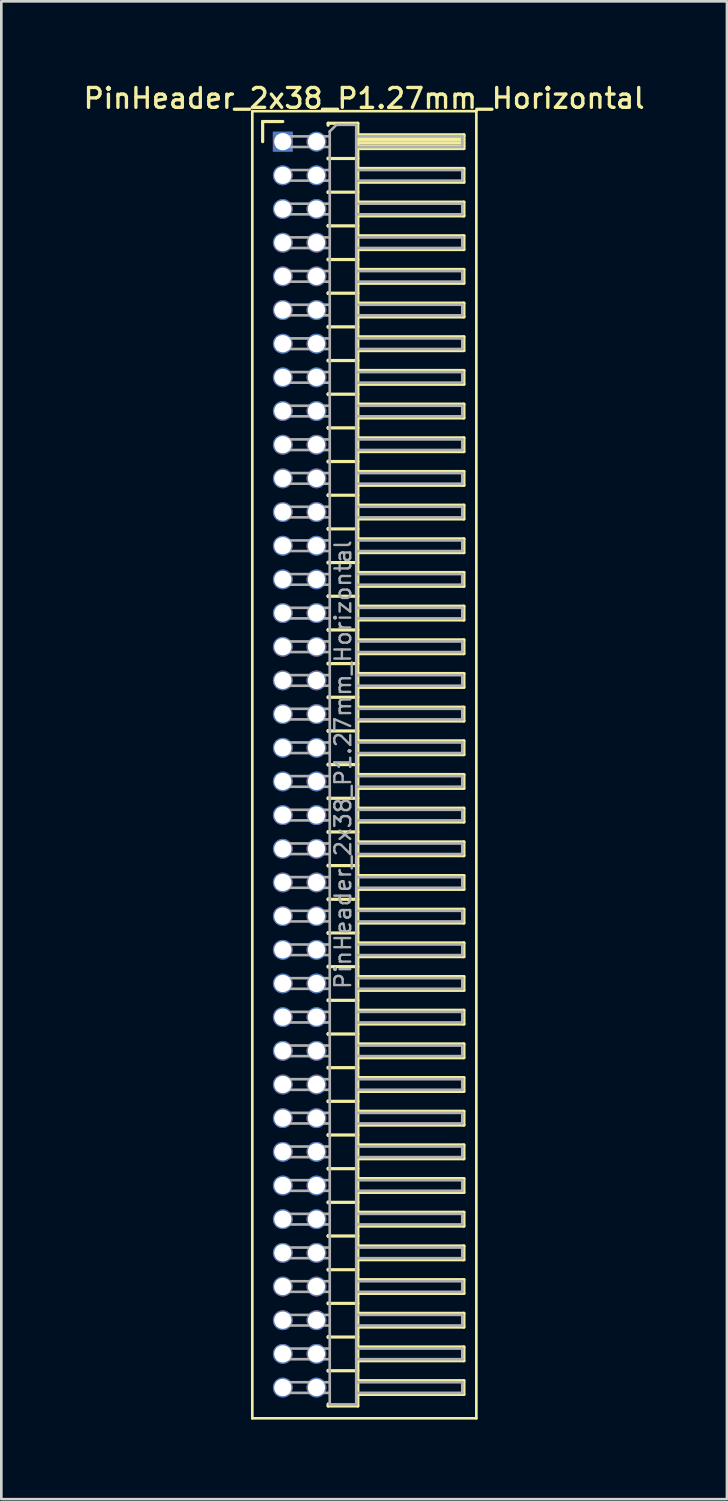
<source format=kicad_pcb>
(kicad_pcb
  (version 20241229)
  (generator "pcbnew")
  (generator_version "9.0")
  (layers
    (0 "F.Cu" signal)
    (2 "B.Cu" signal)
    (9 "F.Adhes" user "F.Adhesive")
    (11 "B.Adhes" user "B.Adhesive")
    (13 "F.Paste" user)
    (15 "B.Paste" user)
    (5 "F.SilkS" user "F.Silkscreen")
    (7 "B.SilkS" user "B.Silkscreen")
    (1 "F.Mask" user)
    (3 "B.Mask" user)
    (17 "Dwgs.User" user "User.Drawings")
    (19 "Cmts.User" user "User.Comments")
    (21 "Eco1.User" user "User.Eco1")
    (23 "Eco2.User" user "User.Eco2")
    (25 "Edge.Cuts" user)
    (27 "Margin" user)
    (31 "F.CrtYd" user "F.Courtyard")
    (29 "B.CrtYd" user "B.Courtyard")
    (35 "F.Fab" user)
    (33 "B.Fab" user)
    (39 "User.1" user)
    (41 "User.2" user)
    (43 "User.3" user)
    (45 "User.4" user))
  (footprint "PinHeader_2x38_P1.27mm_Horizontal"
    (layer "F.Cu")
    (at 7.616 2.293)
    (property "Reference" "PinHeader_2x38_P1.27mm_Horizontal" (at 3.067 -1.635 0) (layer "F.SilkS") (effects (font (size 0.75 0.75) (thickness 0.125))))
    (attr through_hole)
    (fp_line (start -1.15 -1.15) (end -1.15 48.15) (stroke (width 0.1) (type solid)) (layer "F.SilkS"))
    (fp_line (start -1.15 48.15) (end 7.3 48.15) (stroke (width 0.1) (type solid)) (layer "F.SilkS"))
    (fp_line (start -0.76 -0.76) (end 0 -0.76) (stroke (width 0.12) (type solid)) (layer "F.SilkS"))
    (fp_line (start -0.76 0) (end -0.76 -0.76) (stroke (width 0.12) (type solid)) (layer "F.SilkS"))
    (fp_line (start 1.71 -0.695) (end 2.83 -0.695) (stroke (width 0.12) (type solid)) (layer "F.SilkS"))
    (fp_line (start 1.71 -0.62) (end 1.71 -0.695) (stroke (width 0.12) (type solid)) (layer "F.SilkS"))
    (fp_line (start 1.71 0.62) (end 1.71 0.65) (stroke (width 0.12) (type solid)) (layer "F.SilkS"))
    (fp_line (start 1.71 0.635) (end 2.83 0.635) (stroke (width 0.12) (type solid)) (layer "F.SilkS"))
    (fp_line (start 1.71 1.89) (end 1.71 1.92) (stroke (width 0.12) (type solid)) (layer "F.SilkS"))
    (fp_line (start 1.71 1.905) (end 2.83 1.905) (stroke (width 0.12) (type solid)) (layer "F.SilkS"))
    (fp_line (start 1.71 3.16) (end 1.71 3.19) (stroke (width 0.12) (type solid)) (layer "F.SilkS"))
    (fp_line (start 1.71 3.175) (end 2.83 3.175) (stroke (width 0.12) (type solid)) (layer "F.SilkS"))
    (fp_line (start 1.71 4.43) (end 1.71 4.46) (stroke (width 0.12) (type solid)) (layer "F.SilkS"))
    (fp_line (start 1.71 4.445) (end 2.83 4.445) (stroke (width 0.12) (type solid)) (layer "F.SilkS"))
    (fp_line (start 1.71 5.7) (end 1.71 5.73) (stroke (width 0.12) (type solid)) (layer "F.SilkS"))
    (fp_line (start 1.71 5.715) (end 2.83 5.715) (stroke (width 0.12) (type solid)) (layer "F.SilkS"))
    (fp_line (start 1.71 6.97) (end 1.71 7) (stroke (width 0.12) (type solid)) (layer "F.SilkS"))
    (fp_line (start 1.71 6.985) (end 2.83 6.985) (stroke (width 0.12) (type solid)) (layer "F.SilkS"))
    (fp_line (start 1.71 8.24) (end 1.71 8.27) (stroke (width 0.12) (type solid)) (layer "F.SilkS"))
    (fp_line (start 1.71 8.255) (end 2.83 8.255) (stroke (width 0.12) (type solid)) (layer "F.SilkS"))
    (fp_line (start 1.71 9.51) (end 1.71 9.54) (stroke (width 0.12) (type solid)) (layer "F.SilkS"))
    (fp_line (start 1.71 9.525) (end 2.83 9.525) (stroke (width 0.12) (type solid)) (layer "F.SilkS"))
    (fp_line (start 1.71 10.78) (end 1.71 10.81) (stroke (width 0.12) (type solid)) (layer "F.SilkS"))
    (fp_line (start 1.71 10.795) (end 2.83 10.795) (stroke (width 0.12) (type solid)) (layer "F.SilkS"))
    (fp_line (start 1.71 12.05) (end 1.71 12.08) (stroke (width 0.12) (type solid)) (layer "F.SilkS"))
    (fp_line (start 1.71 12.065) (end 2.83 12.065) (stroke (width 0.12) (type solid)) (layer "F.SilkS"))
    (fp_line (start 1.71 13.32) (end 1.71 13.35) (stroke (width 0.12) (type solid)) (layer "F.SilkS"))
    (fp_line (start 1.71 13.335) (end 2.83 13.335) (stroke (width 0.12) (type solid)) (layer "F.SilkS"))
    (fp_line (start 1.71 14.59) (end 1.71 14.62) (stroke (width 0.12) (type solid)) (layer "F.SilkS"))
    (fp_line (start 1.71 14.605) (end 2.83 14.605) (stroke (width 0.12) (type solid)) (layer "F.SilkS"))
    (fp_line (start 1.71 15.86) (end 1.71 15.89) (stroke (width 0.12) (type solid)) (layer "F.SilkS"))
    (fp_line (start 1.71 15.875) (end 2.83 15.875) (stroke (width 0.12) (type solid)) (layer "F.SilkS"))
    (fp_line (start 1.71 17.13) (end 1.71 17.16) (stroke (width 0.12) (type solid)) (layer "F.SilkS"))
    (fp_line (start 1.71 17.145) (end 2.83 17.145) (stroke (width 0.12) (type solid)) (layer "F.SilkS"))
    (fp_line (start 1.71 18.4) (end 1.71 18.43) (stroke (width 0.12) (type solid)) (layer "F.SilkS"))
    (fp_line (start 1.71 18.415) (end 2.83 18.415) (stroke (width 0.12) (type solid)) (layer "F.SilkS"))
    (fp_line (start 1.71 19.67) (end 1.71 19.7) (stroke (width 0.12) (type solid)) (layer "F.SilkS"))
    (fp_line (start 1.71 19.685) (end 2.83 19.685) (stroke (width 0.12) (type solid)) (layer "F.SilkS"))
    (fp_line (start 1.71 20.94) (end 1.71 20.97) (stroke (width 0.12) (type solid)) (layer "F.SilkS"))
    (fp_line (start 1.71 20.955) (end 2.83 20.955) (stroke (width 0.12) (type solid)) (layer "F.SilkS"))
    (fp_line (start 1.71 22.21) (end 1.71 22.24) (stroke (width 0.12) (type solid)) (layer "F.SilkS"))
    (fp_line (start 1.71 22.225) (end 2.83 22.225) (stroke (width 0.12) (type solid)) (layer "F.SilkS"))
    (fp_line (start 1.71 23.48) (end 1.71 23.51) (stroke (width 0.12) (type solid)) (layer "F.SilkS"))
    (fp_line (start 1.71 23.495) (end 2.83 23.495) (stroke (width 0.12) (type solid)) (layer "F.SilkS"))
    (fp_line (start 1.71 24.75) (end 1.71 24.78) (stroke (width 0.12) (type solid)) (layer "F.SilkS"))
    (fp_line (start 1.71 24.765) (end 2.83 24.765) (stroke (width 0.12) (type solid)) (layer "F.SilkS"))
    (fp_line (start 1.71 26.02) (end 1.71 26.05) (stroke (width 0.12) (type solid)) (layer "F.SilkS"))
    (fp_line (start 1.71 26.035) (end 2.83 26.035) (stroke (width 0.12) (type solid)) (layer "F.SilkS"))
    (fp_line (start 1.71 27.29) (end 1.71 27.32) (stroke (width 0.12) (type solid)) (layer "F.SilkS"))
    (fp_line (start 1.71 27.305) (end 2.83 27.305) (stroke (width 0.12) (type solid)) (layer "F.SilkS"))
    (fp_line (start 1.71 28.56) (end 1.71 28.59) (stroke (width 0.12) (type solid)) (layer "F.SilkS"))
    (fp_line (start 1.71 28.575) (end 2.83 28.575) (stroke (width 0.12) (type solid)) (layer "F.SilkS"))
    (fp_line (start 1.71 29.83) (end 1.71 29.86) (stroke (width 0.12) (type solid)) (layer "F.SilkS"))
    (fp_line (start 1.71 29.845) (end 2.83 29.845) (stroke (width 0.12) (type solid)) (layer "F.SilkS"))
    (fp_line (start 1.71 31.1) (end 1.71 31.13) (stroke (width 0.12) (type solid)) (layer "F.SilkS"))
    (fp_line (start 1.71 31.115) (end 2.83 31.115) (stroke (width 0.12) (type solid)) (layer "F.SilkS"))
    (fp_line (start 1.71 32.37) (end 1.71 32.4) (stroke (width 0.12) (type solid)) (layer "F.SilkS"))
    (fp_line (start 1.71 32.385) (end 2.83 32.385) (stroke (width 0.12) (type solid)) (layer "F.SilkS"))
    (fp_line (start 1.71 33.64) (end 1.71 33.67) (stroke (width 0.12) (type solid)) (layer "F.SilkS"))
    (fp_line (start 1.71 33.655) (end 2.83 33.655) (stroke (width 0.12) (type solid)) (layer "F.SilkS"))
    (fp_line (start 1.71 34.91) (end 1.71 34.94) (stroke (width 0.12) (type solid)) (layer "F.SilkS"))
    (fp_line (start 1.71 34.925) (end 2.83 34.925) (stroke (width 0.12) (type solid)) (layer "F.SilkS"))
    (fp_line (start 1.71 36.18) (end 1.71 36.21) (stroke (width 0.12) (type solid)) (layer "F.SilkS"))
    (fp_line (start 1.71 36.195) (end 2.83 36.195) (stroke (width 0.12) (type solid)) (layer "F.SilkS"))
    (fp_line (start 1.71 37.45) (end 1.71 37.48) (stroke (width 0.12) (type solid)) (layer "F.SilkS"))
    (fp_line (start 1.71 37.465) (end 2.83 37.465) (stroke (width 0.12) (type solid)) (layer "F.SilkS"))
    (fp_line (start 1.71 38.72) (end 1.71 38.75) (stroke (width 0.12) (type solid)) (layer "F.SilkS"))
    (fp_line (start 1.71 38.735) (end 2.83 38.735) (stroke (width 0.12) (type solid)) (layer "F.SilkS"))
    (fp_line (start 1.71 39.99) (end 1.71 40.02) (stroke (width 0.12) (type solid)) (layer "F.SilkS"))
    (fp_line (start 1.71 40.005) (end 2.83 40.005) (stroke (width 0.12) (type solid)) (layer "F.SilkS"))
    (fp_line (start 1.71 41.26) (end 1.71 41.29) (stroke (width 0.12) (type solid)) (layer "F.SilkS"))
    (fp_line (start 1.71 41.275) (end 2.83 41.275) (stroke (width 0.12) (type solid)) (layer "F.SilkS"))
    (fp_line (start 1.71 42.53) (end 1.71 42.56) (stroke (width 0.12) (type solid)) (layer "F.SilkS"))
    (fp_line (start 1.71 42.545) (end 2.83 42.545) (stroke (width 0.12) (type solid)) (layer "F.SilkS"))
    (fp_line (start 1.71 43.8) (end 1.71 43.83) (stroke (width 0.12) (type solid)) (layer "F.SilkS"))
    (fp_line (start 1.71 43.815) (end 2.83 43.815) (stroke (width 0.12) (type solid)) (layer "F.SilkS"))
    (fp_line (start 1.71 45.07) (end 1.71 45.1) (stroke (width 0.12) (type solid)) (layer "F.SilkS"))
    (fp_line (start 1.71 45.085) (end 2.83 45.085) (stroke (width 0.12) (type solid)) (layer "F.SilkS"))
    (fp_line (start 1.71 46.34) (end 1.71 46.37) (stroke (width 0.12) (type solid)) (layer "F.SilkS"))
    (fp_line (start 1.71 46.355) (end 2.83 46.355) (stroke (width 0.12) (type solid)) (layer "F.SilkS"))
    (fp_line (start 1.71 47.685) (end 1.71 47.61) (stroke (width 0.12) (type solid)) (layer "F.SilkS"))
    (fp_line (start 2.83 -0.695) (end 2.83 47.685) (stroke (width 0.12) (type solid)) (layer "F.SilkS"))
    (fp_line (start 2.83 -0.26) (end 6.83 -0.26) (stroke (width 0.12) (type solid)) (layer "F.SilkS"))
    (fp_line (start 2.83 -0.2) (end 6.83 -0.2) (stroke (width 0.12) (type solid)) (layer "F.SilkS"))
    (fp_line (start 2.83 -0.08) (end 6.83 -0.08) (stroke (width 0.12) (type solid)) (layer "F.SilkS"))
    (fp_line (start 2.83 0.04) (end 6.83 0.04) (stroke (width 0.12) (type solid)) (layer "F.SilkS"))
    (fp_line (start 2.83 0.16) (end 6.83 0.16) (stroke (width 0.12) (type solid)) (layer "F.SilkS"))
    (fp_line (start 2.83 1.01) (end 6.83 1.01) (stroke (width 0.12) (type solid)) (layer "F.SilkS"))
    (fp_line (start 2.83 2.28) (end 6.83 2.28) (stroke (width 0.12) (type solid)) (layer "F.SilkS"))
    (fp_line (start 2.83 3.55) (end 6.83 3.55) (stroke (width 0.12) (type solid)) (layer "F.SilkS"))
    (fp_line (start 2.83 4.82) (end 6.83 4.82) (stroke (width 0.12) (type solid)) (layer "F.SilkS"))
    (fp_line (start 2.83 6.09) (end 6.83 6.09) (stroke (width 0.12) (type solid)) (layer "F.SilkS"))
    (fp_line (start 2.83 7.36) (end 6.83 7.36) (stroke (width 0.12) (type solid)) (layer "F.SilkS"))
    (fp_line (start 2.83 8.63) (end 6.83 8.63) (stroke (width 0.12) (type solid)) (layer "F.SilkS"))
    (fp_line (start 2.83 9.9) (end 6.83 9.9) (stroke (width 0.12) (type solid)) (layer "F.SilkS"))
    (fp_line (start 2.83 11.17) (end 6.83 11.17) (stroke (width 0.12) (type solid)) (layer "F.SilkS"))
    (fp_line (start 2.83 12.44) (end 6.83 12.44) (stroke (width 0.12) (type solid)) (layer "F.SilkS"))
    (fp_line (start 2.83 13.71) (end 6.83 13.71) (stroke (width 0.12) (type solid)) (layer "F.SilkS"))
    (fp_line (start 2.83 14.98) (end 6.83 14.98) (stroke (width 0.12) (type solid)) (layer "F.SilkS"))
    (fp_line (start 2.83 16.25) (end 6.83 16.25) (stroke (width 0.12) (type solid)) (layer "F.SilkS"))
    (fp_line (start 2.83 17.52) (end 6.83 17.52) (stroke (width 0.12) (type solid)) (layer "F.SilkS"))
    (fp_line (start 2.83 18.79) (end 6.83 18.79) (stroke (width 0.12) (type solid)) (layer "F.SilkS"))
    (fp_line (start 2.83 20.06) (end 6.83 20.06) (stroke (width 0.12) (type solid)) (layer "F.SilkS"))
    (fp_line (start 2.83 21.33) (end 6.83 21.33) (stroke (width 0.12) (type solid)) (layer "F.SilkS"))
    (fp_line (start 2.83 22.6) (end 6.83 22.6) (stroke (width 0.12) (type solid)) (layer "F.SilkS"))
    (fp_line (start 2.83 23.87) (end 6.83 23.87) (stroke (width 0.12) (type solid)) (layer "F.SilkS"))
    (fp_line (start 2.83 25.14) (end 6.83 25.14) (stroke (width 0.12) (type solid)) (layer "F.SilkS"))
    (fp_line (start 2.83 26.41) (end 6.83 26.41) (stroke (width 0.12) (type solid)) (layer "F.SilkS"))
    (fp_line (start 2.83 27.68) (end 6.83 27.68) (stroke (width 0.12) (type solid)) (layer "F.SilkS"))
    (fp_line (start 2.83 28.95) (end 6.83 28.95) (stroke (width 0.12) (type solid)) (layer "F.SilkS"))
    (fp_line (start 2.83 30.22) (end 6.83 30.22) (stroke (width 0.12) (type solid)) (layer "F.SilkS"))
    (fp_line (start 2.83 31.49) (end 6.83 31.49) (stroke (width 0.12) (type solid)) (layer "F.SilkS"))
    (fp_line (start 2.83 32.76) (end 6.83 32.76) (stroke (width 0.12) (type solid)) (layer "F.SilkS"))
    (fp_line (start 2.83 34.03) (end 6.83 34.03) (stroke (width 0.12) (type solid)) (layer "F.SilkS"))
    (fp_line (start 2.83 35.3) (end 6.83 35.3) (stroke (width 0.12) (type solid)) (layer "F.SilkS"))
    (fp_line (start 2.83 36.57) (end 6.83 36.57) (stroke (width 0.12) (type solid)) (layer "F.SilkS"))
    (fp_line (start 2.83 37.84) (end 6.83 37.84) (stroke (width 0.12) (type solid)) (layer "F.SilkS"))
    (fp_line (start 2.83 39.11) (end 6.83 39.11) (stroke (width 0.12) (type solid)) (layer "F.SilkS"))
    (fp_line (start 2.83 40.38) (end 6.83 40.38) (stroke (width 0.12) (type solid)) (layer "F.SilkS"))
    (fp_line (start 2.83 41.65) (end 6.83 41.65) (stroke (width 0.12) (type solid)) (layer "F.SilkS"))
    (fp_line (start 2.83 42.92) (end 6.83 42.92) (stroke (width 0.12) (type solid)) (layer "F.SilkS"))
    (fp_line (start 2.83 44.19) (end 6.83 44.19) (stroke (width 0.12) (type solid)) (layer "F.SilkS"))
    (fp_line (start 2.83 45.46) (end 6.83 45.46) (stroke (width 0.12) (type solid)) (layer "F.SilkS"))
    (fp_line (start 2.83 46.73) (end 6.83 46.73) (stroke (width 0.12) (type solid)) (layer "F.SilkS"))
    (fp_line (start 2.83 47.685) (end 1.71 47.685) (stroke (width 0.12) (type solid)) (layer "F.SilkS"))
    (fp_line (start 6.83 -0.26) (end 6.83 0.26) (stroke (width 0.12) (type solid)) (layer "F.SilkS"))
    (fp_line (start 6.83 0.26) (end 2.83 0.26) (stroke (width 0.12) (type solid)) (layer "F.SilkS"))
    (fp_line (start 6.83 1.01) (end 6.83 1.53) (stroke (width 0.12) (type solid)) (layer "F.SilkS"))
    (fp_line (start 6.83 1.53) (end 2.83 1.53) (stroke (width 0.12) (type solid)) (layer "F.SilkS"))
    (fp_line (start 6.83 2.28) (end 6.83 2.8) (stroke (width 0.12) (type solid)) (layer "F.SilkS"))
    (fp_line (start 6.83 2.8) (end 2.83 2.8) (stroke (width 0.12) (type solid)) (layer "F.SilkS"))
    (fp_line (start 6.83 3.55) (end 6.83 4.07) (stroke (width 0.12) (type solid)) (layer "F.SilkS"))
    (fp_line (start 6.83 4.07) (end 2.83 4.07) (stroke (width 0.12) (type solid)) (layer "F.SilkS"))
    (fp_line (start 6.83 4.82) (end 6.83 5.34) (stroke (width 0.12) (type solid)) (layer "F.SilkS"))
    (fp_line (start 6.83 5.34) (end 2.83 5.34) (stroke (width 0.12) (type solid)) (layer "F.SilkS"))
    (fp_line (start 6.83 6.09) (end 6.83 6.61) (stroke (width 0.12) (type solid)) (layer "F.SilkS"))
    (fp_line (start 6.83 6.61) (end 2.83 6.61) (stroke (width 0.12) (type solid)) (layer "F.SilkS"))
    (fp_line (start 6.83 7.36) (end 6.83 7.88) (stroke (width 0.12) (type solid)) (layer "F.SilkS"))
    (fp_line (start 6.83 7.88) (end 2.83 7.88) (stroke (width 0.12) (type solid)) (layer "F.SilkS"))
    (fp_line (start 6.83 8.63) (end 6.83 9.15) (stroke (width 0.12) (type solid)) (layer "F.SilkS"))
    (fp_line (start 6.83 9.15) (end 2.83 9.15) (stroke (width 0.12) (type solid)) (layer "F.SilkS"))
    (fp_line (start 6.83 9.9) (end 6.83 10.42) (stroke (width 0.12) (type solid)) (layer "F.SilkS"))
    (fp_line (start 6.83 10.42) (end 2.83 10.42) (stroke (width 0.12) (type solid)) (layer "F.SilkS"))
    (fp_line (start 6.83 11.17) (end 6.83 11.69) (stroke (width 0.12) (type solid)) (layer "F.SilkS"))
    (fp_line (start 6.83 11.69) (end 2.83 11.69) (stroke (width 0.12) (type solid)) (layer "F.SilkS"))
    (fp_line (start 6.83 12.44) (end 6.83 12.96) (stroke (width 0.12) (type solid)) (layer "F.SilkS"))
    (fp_line (start 6.83 12.96) (end 2.83 12.96) (stroke (width 0.12) (type solid)) (layer "F.SilkS"))
    (fp_line (start 6.83 13.71) (end 6.83 14.23) (stroke (width 0.12) (type solid)) (layer "F.SilkS"))
    (fp_line (start 6.83 14.23) (end 2.83 14.23) (stroke (width 0.12) (type solid)) (layer "F.SilkS"))
    (fp_line (start 6.83 14.98) (end 6.83 15.5) (stroke (width 0.12) (type solid)) (layer "F.SilkS"))
    (fp_line (start 6.83 15.5) (end 2.83 15.5) (stroke (width 0.12) (type solid)) (layer "F.SilkS"))
    (fp_line (start 6.83 16.25) (end 6.83 16.77) (stroke (width 0.12) (type solid)) (layer "F.SilkS"))
    (fp_line (start 6.83 16.77) (end 2.83 16.77) (stroke (width 0.12) (type solid)) (layer "F.SilkS"))
    (fp_line (start 6.83 17.52) (end 6.83 18.04) (stroke (width 0.12) (type solid)) (layer "F.SilkS"))
    (fp_line (start 6.83 18.04) (end 2.83 18.04) (stroke (width 0.12) (type solid)) (layer "F.SilkS"))
    (fp_line (start 6.83 18.79) (end 6.83 19.31) (stroke (width 0.12) (type solid)) (layer "F.SilkS"))
    (fp_line (start 6.83 19.31) (end 2.83 19.31) (stroke (width 0.12) (type solid)) (layer "F.SilkS"))
    (fp_line (start 6.83 20.06) (end 6.83 20.58) (stroke (width 0.12) (type solid)) (layer "F.SilkS"))
    (fp_line (start 6.83 20.58) (end 2.83 20.58) (stroke (width 0.12) (type solid)) (layer "F.SilkS"))
    (fp_line (start 6.83 21.33) (end 6.83 21.85) (stroke (width 0.12) (type solid)) (layer "F.SilkS"))
    (fp_line (start 6.83 21.85) (end 2.83 21.85) (stroke (width 0.12) (type solid)) (layer "F.SilkS"))
    (fp_line (start 6.83 22.6) (end 6.83 23.12) (stroke (width 0.12) (type solid)) (layer "F.SilkS"))
    (fp_line (start 6.83 23.12) (end 2.83 23.12) (stroke (width 0.12) (type solid)) (layer "F.SilkS"))
    (fp_line (start 6.83 23.87) (end 6.83 24.39) (stroke (width 0.12) (type solid)) (layer "F.SilkS"))
    (fp_line (start 6.83 24.39) (end 2.83 24.39) (stroke (width 0.12) (type solid)) (layer "F.SilkS"))
    (fp_line (start 6.83 25.14) (end 6.83 25.66) (stroke (width 0.12) (type solid)) (layer "F.SilkS"))
    (fp_line (start 6.83 25.66) (end 2.83 25.66) (stroke (width 0.12) (type solid)) (layer "F.SilkS"))
    (fp_line (start 6.83 26.41) (end 6.83 26.93) (stroke (width 0.12) (type solid)) (layer "F.SilkS"))
    (fp_line (start 6.83 26.93) (end 2.83 26.93) (stroke (width 0.12) (type solid)) (layer "F.SilkS"))
    (fp_line (start 6.83 27.68) (end 6.83 28.2) (stroke (width 0.12) (type solid)) (layer "F.SilkS"))
    (fp_line (start 6.83 28.2) (end 2.83 28.2) (stroke (width 0.12) (type solid)) (layer "F.SilkS"))
    (fp_line (start 6.83 28.95) (end 6.83 29.47) (stroke (width 0.12) (type solid)) (layer "F.SilkS"))
    (fp_line (start 6.83 29.47) (end 2.83 29.47) (stroke (width 0.12) (type solid)) (layer "F.SilkS"))
    (fp_line (start 6.83 30.22) (end 6.83 30.74) (stroke (width 0.12) (type solid)) (layer "F.SilkS"))
    (fp_line (start 6.83 30.74) (end 2.83 30.74) (stroke (width 0.12) (type solid)) (layer "F.SilkS"))
    (fp_line (start 6.83 31.49) (end 6.83 32.01) (stroke (width 0.12) (type solid)) (layer "F.SilkS"))
    (fp_line (start 6.83 32.01) (end 2.83 32.01) (stroke (width 0.12) (type solid)) (layer "F.SilkS"))
    (fp_line (start 6.83 32.76) (end 6.83 33.28) (stroke (width 0.12) (type solid)) (layer "F.SilkS"))
    (fp_line (start 6.83 33.28) (end 2.83 33.28) (stroke (width 0.12) (type solid)) (layer "F.SilkS"))
    (fp_line (start 6.83 34.03) (end 6.83 34.55) (stroke (width 0.12) (type solid)) (layer "F.SilkS"))
    (fp_line (start 6.83 34.55) (end 2.83 34.55) (stroke (width 0.12) (type solid)) (layer "F.SilkS"))
    (fp_line (start 6.83 35.3) (end 6.83 35.82) (stroke (width 0.12) (type solid)) (layer "F.SilkS"))
    (fp_line (start 6.83 35.82) (end 2.83 35.82) (stroke (width 0.12) (type solid)) (layer "F.SilkS"))
    (fp_line (start 6.83 36.57) (end 6.83 37.09) (stroke (width 0.12) (type solid)) (layer "F.SilkS"))
    (fp_line (start 6.83 37.09) (end 2.83 37.09) (stroke (width 0.12) (type solid)) (layer "F.SilkS"))
    (fp_line (start 6.83 37.84) (end 6.83 38.36) (stroke (width 0.12) (type solid)) (layer "F.SilkS"))
    (fp_line (start 6.83 38.36) (end 2.83 38.36) (stroke (width 0.12) (type solid)) (layer "F.SilkS"))
    (fp_line (start 6.83 39.11) (end 6.83 39.63) (stroke (width 0.12) (type solid)) (layer "F.SilkS"))
    (fp_line (start 6.83 39.63) (end 2.83 39.63) (stroke (width 0.12) (type solid)) (layer "F.SilkS"))
    (fp_line (start 6.83 40.38) (end 6.83 40.9) (stroke (width 0.12) (type solid)) (layer "F.SilkS"))
    (fp_line (start 6.83 40.9) (end 2.83 40.9) (stroke (width 0.12) (type solid)) (layer "F.SilkS"))
    (fp_line (start 6.83 41.65) (end 6.83 42.17) (stroke (width 0.12) (type solid)) (layer "F.SilkS"))
    (fp_line (start 6.83 42.17) (end 2.83 42.17) (stroke (width 0.12) (type solid)) (layer "F.SilkS"))
    (fp_line (start 6.83 42.92) (end 6.83 43.44) (stroke (width 0.12) (type solid)) (layer "F.SilkS"))
    (fp_line (start 6.83 43.44) (end 2.83 43.44) (stroke (width 0.12) (type solid)) (layer "F.SilkS"))
    (fp_line (start 6.83 44.19) (end 6.83 44.71) (stroke (width 0.12) (type solid)) (layer "F.SilkS"))
    (fp_line (start 6.83 44.71) (end 2.83 44.71) (stroke (width 0.12) (type solid)) (layer "F.SilkS"))
    (fp_line (start 6.83 45.46) (end 6.83 45.98) (stroke (width 0.12) (type solid)) (layer "F.SilkS"))
    (fp_line (start 6.83 45.98) (end 2.83 45.98) (stroke (width 0.12) (type solid)) (layer "F.SilkS"))
    (fp_line (start 6.83 46.73) (end 6.83 47.25) (stroke (width 0.12) (type solid)) (layer "F.SilkS"))
    (fp_line (start 6.83 47.25) (end 2.83 47.25) (stroke (width 0.12) (type solid)) (layer "F.SilkS"))
    (fp_line (start 7.3 -1.15) (end -1.15 -1.15) (stroke (width 0.1) (type solid)) (layer "F.SilkS"))
    (fp_line (start 7.3 48.15) (end 7.3 -1.15) (stroke (width 0.1) (type solid)) (layer "F.SilkS"))
    (fp_line (start -0.2 -0.2) (end -0.2 0.2) (stroke (width 0.1) (type solid)) (layer "F.Fab"))
    (fp_line (start -0.2 -0.2) (end 1.77 -0.2) (stroke (width 0.1) (type solid)) (layer "F.Fab"))
    (fp_line (start -0.2 0.2) (end 1.77 0.2) (stroke (width 0.1) (type solid)) (layer "F.Fab"))
    (fp_line (start -0.2 1.07) (end -0.2 1.47) (stroke (width 0.1) (type solid)) (layer "F.Fab"))
    (fp_line (start -0.2 1.07) (end 1.77 1.07) (stroke (width 0.1) (type solid)) (layer "F.Fab"))
    (fp_line (start -0.2 1.47) (end 1.77 1.47) (stroke (width 0.1) (type solid)) (layer "F.Fab"))
    (fp_line (start -0.2 2.34) (end -0.2 2.74) (stroke (width 0.1) (type solid)) (layer "F.Fab"))
    (fp_line (start -0.2 2.34) (end 1.77 2.34) (stroke (width 0.1) (type solid)) (layer "F.Fab"))
    (fp_line (start -0.2 2.74) (end 1.77 2.74) (stroke (width 0.1) (type solid)) (layer "F.Fab"))
    (fp_line (start -0.2 3.61) (end -0.2 4.01) (stroke (width 0.1) (type solid)) (layer "F.Fab"))
    (fp_line (start -0.2 3.61) (end 1.77 3.61) (stroke (width 0.1) (type solid)) (layer "F.Fab"))
    (fp_line (start -0.2 4.01) (end 1.77 4.01) (stroke (width 0.1) (type solid)) (layer "F.Fab"))
    (fp_line (start -0.2 4.88) (end -0.2 5.28) (stroke (width 0.1) (type solid)) (layer "F.Fab"))
    (fp_line (start -0.2 4.88) (end 1.77 4.88) (stroke (width 0.1) (type solid)) (layer "F.Fab"))
    (fp_line (start -0.2 5.28) (end 1.77 5.28) (stroke (width 0.1) (type solid)) (layer "F.Fab"))
    (fp_line (start -0.2 6.15) (end -0.2 6.55) (stroke (width 0.1) (type solid)) (layer "F.Fab"))
    (fp_line (start -0.2 6.15) (end 1.77 6.15) (stroke (width 0.1) (type solid)) (layer "F.Fab"))
    (fp_line (start -0.2 6.55) (end 1.77 6.55) (stroke (width 0.1) (type solid)) (layer "F.Fab"))
    (fp_line (start -0.2 7.42) (end -0.2 7.82) (stroke (width 0.1) (type solid)) (layer "F.Fab"))
    (fp_line (start -0.2 7.42) (end 1.77 7.42) (stroke (width 0.1) (type solid)) (layer "F.Fab"))
    (fp_line (start -0.2 7.82) (end 1.77 7.82) (stroke (width 0.1) (type solid)) (layer "F.Fab"))
    (fp_line (start -0.2 8.69) (end -0.2 9.09) (stroke (width 0.1) (type solid)) (layer "F.Fab"))
    (fp_line (start -0.2 8.69) (end 1.77 8.69) (stroke (width 0.1) (type solid)) (layer "F.Fab"))
    (fp_line (start -0.2 9.09) (end 1.77 9.09) (stroke (width 0.1) (type solid)) (layer "F.Fab"))
    (fp_line (start -0.2 9.96) (end -0.2 10.36) (stroke (width 0.1) (type solid)) (layer "F.Fab"))
    (fp_line (start -0.2 9.96) (end 1.77 9.96) (stroke (width 0.1) (type solid)) (layer "F.Fab"))
    (fp_line (start -0.2 10.36) (end 1.77 10.36) (stroke (width 0.1) (type solid)) (layer "F.Fab"))
    (fp_line (start -0.2 11.23) (end -0.2 11.63) (stroke (width 0.1) (type solid)) (layer "F.Fab"))
    (fp_line (start -0.2 11.23) (end 1.77 11.23) (stroke (width 0.1) (type solid)) (layer "F.Fab"))
    (fp_line (start -0.2 11.63) (end 1.77 11.63) (stroke (width 0.1) (type solid)) (layer "F.Fab"))
    (fp_line (start -0.2 12.5) (end -0.2 12.9) (stroke (width 0.1) (type solid)) (layer "F.Fab"))
    (fp_line (start -0.2 12.5) (end 1.77 12.5) (stroke (width 0.1) (type solid)) (layer "F.Fab"))
    (fp_line (start -0.2 12.9) (end 1.77 12.9) (stroke (width 0.1) (type solid)) (layer "F.Fab"))
    (fp_line (start -0.2 13.77) (end -0.2 14.17) (stroke (width 0.1) (type solid)) (layer "F.Fab"))
    (fp_line (start -0.2 13.77) (end 1.77 13.77) (stroke (width 0.1) (type solid)) (layer "F.Fab"))
    (fp_line (start -0.2 14.17) (end 1.77 14.17) (stroke (width 0.1) (type solid)) (layer "F.Fab"))
    (fp_line (start -0.2 15.04) (end -0.2 15.44) (stroke (width 0.1) (type solid)) (layer "F.Fab"))
    (fp_line (start -0.2 15.04) (end 1.77 15.04) (stroke (width 0.1) (type solid)) (layer "F.Fab"))
    (fp_line (start -0.2 15.44) (end 1.77 15.44) (stroke (width 0.1) (type solid)) (layer "F.Fab"))
    (fp_line (start -0.2 16.31) (end -0.2 16.71) (stroke (width 0.1) (type solid)) (layer "F.Fab"))
    (fp_line (start -0.2 16.31) (end 1.77 16.31) (stroke (width 0.1) (type solid)) (layer "F.Fab"))
    (fp_line (start -0.2 16.71) (end 1.77 16.71) (stroke (width 0.1) (type solid)) (layer "F.Fab"))
    (fp_line (start -0.2 17.58) (end -0.2 17.98) (stroke (width 0.1) (type solid)) (layer "F.Fab"))
    (fp_line (start -0.2 17.58) (end 1.77 17.58) (stroke (width 0.1) (type solid)) (layer "F.Fab"))
    (fp_line (start -0.2 17.98) (end 1.77 17.98) (stroke (width 0.1) (type solid)) (layer "F.Fab"))
    (fp_line (start -0.2 18.85) (end -0.2 19.25) (stroke (width 0.1) (type solid)) (layer "F.Fab"))
    (fp_line (start -0.2 18.85) (end 1.77 18.85) (stroke (width 0.1) (type solid)) (layer "F.Fab"))
    (fp_line (start -0.2 19.25) (end 1.77 19.25) (stroke (width 0.1) (type solid)) (layer "F.Fab"))
    (fp_line (start -0.2 20.12) (end -0.2 20.52) (stroke (width 0.1) (type solid)) (layer "F.Fab"))
    (fp_line (start -0.2 20.12) (end 1.77 20.12) (stroke (width 0.1) (type solid)) (layer "F.Fab"))
    (fp_line (start -0.2 20.52) (end 1.77 20.52) (stroke (width 0.1) (type solid)) (layer "F.Fab"))
    (fp_line (start -0.2 21.39) (end -0.2 21.79) (stroke (width 0.1) (type solid)) (layer "F.Fab"))
    (fp_line (start -0.2 21.39) (end 1.77 21.39) (stroke (width 0.1) (type solid)) (layer "F.Fab"))
    (fp_line (start -0.2 21.79) (end 1.77 21.79) (stroke (width 0.1) (type solid)) (layer "F.Fab"))
    (fp_line (start -0.2 22.66) (end -0.2 23.06) (stroke (width 0.1) (type solid)) (layer "F.Fab"))
    (fp_line (start -0.2 22.66) (end 1.77 22.66) (stroke (width 0.1) (type solid)) (layer "F.Fab"))
    (fp_line (start -0.2 23.06) (end 1.77 23.06) (stroke (width 0.1) (type solid)) (layer "F.Fab"))
    (fp_line (start -0.2 23.93) (end -0.2 24.33) (stroke (width 0.1) (type solid)) (layer "F.Fab"))
    (fp_line (start -0.2 23.93) (end 1.77 23.93) (stroke (width 0.1) (type solid)) (layer "F.Fab"))
    (fp_line (start -0.2 24.33) (end 1.77 24.33) (stroke (width 0.1) (type solid)) (layer "F.Fab"))
    (fp_line (start -0.2 25.2) (end -0.2 25.6) (stroke (width 0.1) (type solid)) (layer "F.Fab"))
    (fp_line (start -0.2 25.2) (end 1.77 25.2) (stroke (width 0.1) (type solid)) (layer "F.Fab"))
    (fp_line (start -0.2 25.6) (end 1.77 25.6) (stroke (width 0.1) (type solid)) (layer "F.Fab"))
    (fp_line (start -0.2 26.47) (end -0.2 26.87) (stroke (width 0.1) (type solid)) (layer "F.Fab"))
    (fp_line (start -0.2 26.47) (end 1.77 26.47) (stroke (width 0.1) (type solid)) (layer "F.Fab"))
    (fp_line (start -0.2 26.87) (end 1.77 26.87) (stroke (width 0.1) (type solid)) (layer "F.Fab"))
    (fp_line (start -0.2 27.74) (end -0.2 28.14) (stroke (width 0.1) (type solid)) (layer "F.Fab"))
    (fp_line (start -0.2 27.74) (end 1.77 27.74) (stroke (width 0.1) (type solid)) (layer "F.Fab"))
    (fp_line (start -0.2 28.14) (end 1.77 28.14) (stroke (width 0.1) (type solid)) (layer "F.Fab"))
    (fp_line (start -0.2 29.01) (end -0.2 29.41) (stroke (width 0.1) (type solid)) (layer "F.Fab"))
    (fp_line (start -0.2 29.01) (end 1.77 29.01) (stroke (width 0.1) (type solid)) (layer "F.Fab"))
    (fp_line (start -0.2 29.41) (end 1.77 29.41) (stroke (width 0.1) (type solid)) (layer "F.Fab"))
    (fp_line (start -0.2 30.28) (end -0.2 30.68) (stroke (width 0.1) (type solid)) (layer "F.Fab"))
    (fp_line (start -0.2 30.28) (end 1.77 30.28) (stroke (width 0.1) (type solid)) (layer "F.Fab"))
    (fp_line (start -0.2 30.68) (end 1.77 30.68) (stroke (width 0.1) (type solid)) (layer "F.Fab"))
    (fp_line (start -0.2 31.55) (end -0.2 31.95) (stroke (width 0.1) (type solid)) (layer "F.Fab"))
    (fp_line (start -0.2 31.55) (end 1.77 31.55) (stroke (width 0.1) (type solid)) (layer "F.Fab"))
    (fp_line (start -0.2 31.95) (end 1.77 31.95) (stroke (width 0.1) (type solid)) (layer "F.Fab"))
    (fp_line (start -0.2 32.82) (end -0.2 33.22) (stroke (width 0.1) (type solid)) (layer "F.Fab"))
    (fp_line (start -0.2 32.82) (end 1.77 32.82) (stroke (width 0.1) (type solid)) (layer "F.Fab"))
    (fp_line (start -0.2 33.22) (end 1.77 33.22) (stroke (width 0.1) (type solid)) (layer "F.Fab"))
    (fp_line (start -0.2 34.09) (end -0.2 34.49) (stroke (width 0.1) (type solid)) (layer "F.Fab"))
    (fp_line (start -0.2 34.09) (end 1.77 34.09) (stroke (width 0.1) (type solid)) (layer "F.Fab"))
    (fp_line (start -0.2 34.49) (end 1.77 34.49) (stroke (width 0.1) (type solid)) (layer "F.Fab"))
    (fp_line (start -0.2 35.36) (end -0.2 35.76) (stroke (width 0.1) (type solid)) (layer "F.Fab"))
    (fp_line (start -0.2 35.36) (end 1.77 35.36) (stroke (width 0.1) (type solid)) (layer "F.Fab"))
    (fp_line (start -0.2 35.76) (end 1.77 35.76) (stroke (width 0.1) (type solid)) (layer "F.Fab"))
    (fp_line (start -0.2 36.63) (end -0.2 37.03) (stroke (width 0.1) (type solid)) (layer "F.Fab"))
    (fp_line (start -0.2 36.63) (end 1.77 36.63) (stroke (width 0.1) (type solid)) (layer "F.Fab"))
    (fp_line (start -0.2 37.03) (end 1.77 37.03) (stroke (width 0.1) (type solid)) (layer "F.Fab"))
    (fp_line (start -0.2 37.9) (end -0.2 38.3) (stroke (width 0.1) (type solid)) (layer "F.Fab"))
    (fp_line (start -0.2 37.9) (end 1.77 37.9) (stroke (width 0.1) (type solid)) (layer "F.Fab"))
    (fp_line (start -0.2 38.3) (end 1.77 38.3) (stroke (width 0.1) (type solid)) (layer "F.Fab"))
    (fp_line (start -0.2 39.17) (end -0.2 39.57) (stroke (width 0.1) (type solid)) (layer "F.Fab"))
    (fp_line (start -0.2 39.17) (end 1.77 39.17) (stroke (width 0.1) (type solid)) (layer "F.Fab"))
    (fp_line (start -0.2 39.57) (end 1.77 39.57) (stroke (width 0.1) (type solid)) (layer "F.Fab"))
    (fp_line (start -0.2 40.44) (end -0.2 40.84) (stroke (width 0.1) (type solid)) (layer "F.Fab"))
    (fp_line (start -0.2 40.44) (end 1.77 40.44) (stroke (width 0.1) (type solid)) (layer "F.Fab"))
    (fp_line (start -0.2 40.84) (end 1.77 40.84) (stroke (width 0.1) (type solid)) (layer "F.Fab"))
    (fp_line (start -0.2 41.71) (end -0.2 42.11) (stroke (width 0.1) (type solid)) (layer "F.Fab"))
    (fp_line (start -0.2 41.71) (end 1.77 41.71) (stroke (width 0.1) (type solid)) (layer "F.Fab"))
    (fp_line (start -0.2 42.11) (end 1.77 42.11) (stroke (width 0.1) (type solid)) (layer "F.Fab"))
    (fp_line (start -0.2 42.98) (end -0.2 43.38) (stroke (width 0.1) (type solid)) (layer "F.Fab"))
    (fp_line (start -0.2 42.98) (end 1.77 42.98) (stroke (width 0.1) (type solid)) (layer "F.Fab"))
    (fp_line (start -0.2 43.38) (end 1.77 43.38) (stroke (width 0.1) (type solid)) (layer "F.Fab"))
    (fp_line (start -0.2 44.25) (end -0.2 44.65) (stroke (width 0.1) (type solid)) (layer "F.Fab"))
    (fp_line (start -0.2 44.25) (end 1.77 44.25) (stroke (width 0.1) (type solid)) (layer "F.Fab"))
    (fp_line (start -0.2 44.65) (end 1.77 44.65) (stroke (width 0.1) (type solid)) (layer "F.Fab"))
    (fp_line (start -0.2 45.52) (end -0.2 45.92) (stroke (width 0.1) (type solid)) (layer "F.Fab"))
    (fp_line (start -0.2 45.52) (end 1.77 45.52) (stroke (width 0.1) (type solid)) (layer "F.Fab"))
    (fp_line (start -0.2 45.92) (end 1.77 45.92) (stroke (width 0.1) (type solid)) (layer "F.Fab"))
    (fp_line (start -0.2 46.79) (end -0.2 47.19) (stroke (width 0.1) (type solid)) (layer "F.Fab"))
    (fp_line (start -0.2 46.79) (end 1.77 46.79) (stroke (width 0.1) (type solid)) (layer "F.Fab"))
    (fp_line (start -0.2 47.19) (end 1.77 47.19) (stroke (width 0.1) (type solid)) (layer "F.Fab"))
    (fp_line (start 1.77 -0.385) (end 2.02 -0.635) (stroke (width 0.1) (type solid)) (layer "F.Fab"))
    (fp_line (start 1.77 47.625) (end 1.77 -0.385) (stroke (width 0.1) (type solid)) (layer "F.Fab"))
    (fp_line (start 2.02 -0.635) (end 2.77 -0.635) (stroke (width 0.1) (type solid)) (layer "F.Fab"))
    (fp_line (start 2.77 -0.635) (end 2.77 47.625) (stroke (width 0.1) (type solid)) (layer "F.Fab"))
    (fp_line (start 2.77 -0.2) (end 6.77 -0.2) (stroke (width 0.1) (type solid)) (layer "F.Fab"))
    (fp_line (start 2.77 0.2) (end 6.77 0.2) (stroke (width 0.1) (type solid)) (layer "F.Fab"))
    (fp_line (start 2.77 1.07) (end 6.77 1.07) (stroke (width 0.1) (type solid)) (layer "F.Fab"))
    (fp_line (start 2.77 1.47) (end 6.77 1.47) (stroke (width 0.1) (type solid)) (layer "F.Fab"))
    (fp_line (start 2.77 2.34) (end 6.77 2.34) (stroke (width 0.1) (type solid)) (layer "F.Fab"))
    (fp_line (start 2.77 2.74) (end 6.77 2.74) (stroke (width 0.1) (type solid)) (layer "F.Fab"))
    (fp_line (start 2.77 3.61) (end 6.77 3.61) (stroke (width 0.1) (type solid)) (layer "F.Fab"))
    (fp_line (start 2.77 4.01) (end 6.77 4.01) (stroke (width 0.1) (type solid)) (layer "F.Fab"))
    (fp_line (start 2.77 4.88) (end 6.77 4.88) (stroke (width 0.1) (type solid)) (layer "F.Fab"))
    (fp_line (start 2.77 5.28) (end 6.77 5.28) (stroke (width 0.1) (type solid)) (layer "F.Fab"))
    (fp_line (start 2.77 6.15) (end 6.77 6.15) (stroke (width 0.1) (type solid)) (layer "F.Fab"))
    (fp_line (start 2.77 6.55) (end 6.77 6.55) (stroke (width 0.1) (type solid)) (layer "F.Fab"))
    (fp_line (start 2.77 7.42) (end 6.77 7.42) (stroke (width 0.1) (type solid)) (layer "F.Fab"))
    (fp_line (start 2.77 7.82) (end 6.77 7.82) (stroke (width 0.1) (type solid)) (layer "F.Fab"))
    (fp_line (start 2.77 8.69) (end 6.77 8.69) (stroke (width 0.1) (type solid)) (layer "F.Fab"))
    (fp_line (start 2.77 9.09) (end 6.77 9.09) (stroke (width 0.1) (type solid)) (layer "F.Fab"))
    (fp_line (start 2.77 9.96) (end 6.77 9.96) (stroke (width 0.1) (type solid)) (layer "F.Fab"))
    (fp_line (start 2.77 10.36) (end 6.77 10.36) (stroke (width 0.1) (type solid)) (layer "F.Fab"))
    (fp_line (start 2.77 11.23) (end 6.77 11.23) (stroke (width 0.1) (type solid)) (layer "F.Fab"))
    (fp_line (start 2.77 11.63) (end 6.77 11.63) (stroke (width 0.1) (type solid)) (layer "F.Fab"))
    (fp_line (start 2.77 12.5) (end 6.77 12.5) (stroke (width 0.1) (type solid)) (layer "F.Fab"))
    (fp_line (start 2.77 12.9) (end 6.77 12.9) (stroke (width 0.1) (type solid)) (layer "F.Fab"))
    (fp_line (start 2.77 13.77) (end 6.77 13.77) (stroke (width 0.1) (type solid)) (layer "F.Fab"))
    (fp_line (start 2.77 14.17) (end 6.77 14.17) (stroke (width 0.1) (type solid)) (layer "F.Fab"))
    (fp_line (start 2.77 15.04) (end 6.77 15.04) (stroke (width 0.1) (type solid)) (layer "F.Fab"))
    (fp_line (start 2.77 15.44) (end 6.77 15.44) (stroke (width 0.1) (type solid)) (layer "F.Fab"))
    (fp_line (start 2.77 16.31) (end 6.77 16.31) (stroke (width 0.1) (type solid)) (layer "F.Fab"))
    (fp_line (start 2.77 16.71) (end 6.77 16.71) (stroke (width 0.1) (type solid)) (layer "F.Fab"))
    (fp_line (start 2.77 17.58) (end 6.77 17.58) (stroke (width 0.1) (type solid)) (layer "F.Fab"))
    (fp_line (start 2.77 17.98) (end 6.77 17.98) (stroke (width 0.1) (type solid)) (layer "F.Fab"))
    (fp_line (start 2.77 18.85) (end 6.77 18.85) (stroke (width 0.1) (type solid)) (layer "F.Fab"))
    (fp_line (start 2.77 19.25) (end 6.77 19.25) (stroke (width 0.1) (type solid)) (layer "F.Fab"))
    (fp_line (start 2.77 20.12) (end 6.77 20.12) (stroke (width 0.1) (type solid)) (layer "F.Fab"))
    (fp_line (start 2.77 20.52) (end 6.77 20.52) (stroke (width 0.1) (type solid)) (layer "F.Fab"))
    (fp_line (start 2.77 21.39) (end 6.77 21.39) (stroke (width 0.1) (type solid)) (layer "F.Fab"))
    (fp_line (start 2.77 21.79) (end 6.77 21.79) (stroke (width 0.1) (type solid)) (layer "F.Fab"))
    (fp_line (start 2.77 22.66) (end 6.77 22.66) (stroke (width 0.1) (type solid)) (layer "F.Fab"))
    (fp_line (start 2.77 23.06) (end 6.77 23.06) (stroke (width 0.1) (type solid)) (layer "F.Fab"))
    (fp_line (start 2.77 23.93) (end 6.77 23.93) (stroke (width 0.1) (type solid)) (layer "F.Fab"))
    (fp_line (start 2.77 24.33) (end 6.77 24.33) (stroke (width 0.1) (type solid)) (layer "F.Fab"))
    (fp_line (start 2.77 25.2) (end 6.77 25.2) (stroke (width 0.1) (type solid)) (layer "F.Fab"))
    (fp_line (start 2.77 25.6) (end 6.77 25.6) (stroke (width 0.1) (type solid)) (layer "F.Fab"))
    (fp_line (start 2.77 26.47) (end 6.77 26.47) (stroke (width 0.1) (type solid)) (layer "F.Fab"))
    (fp_line (start 2.77 26.87) (end 6.77 26.87) (stroke (width 0.1) (type solid)) (layer "F.Fab"))
    (fp_line (start 2.77 27.74) (end 6.77 27.74) (stroke (width 0.1) (type solid)) (layer "F.Fab"))
    (fp_line (start 2.77 28.14) (end 6.77 28.14) (stroke (width 0.1) (type solid)) (layer "F.Fab"))
    (fp_line (start 2.77 29.01) (end 6.77 29.01) (stroke (width 0.1) (type solid)) (layer "F.Fab"))
    (fp_line (start 2.77 29.41) (end 6.77 29.41) (stroke (width 0.1) (type solid)) (layer "F.Fab"))
    (fp_line (start 2.77 30.28) (end 6.77 30.28) (stroke (width 0.1) (type solid)) (layer "F.Fab"))
    (fp_line (start 2.77 30.68) (end 6.77 30.68) (stroke (width 0.1) (type solid)) (layer "F.Fab"))
    (fp_line (start 2.77 31.55) (end 6.77 31.55) (stroke (width 0.1) (type solid)) (layer "F.Fab"))
    (fp_line (start 2.77 31.95) (end 6.77 31.95) (stroke (width 0.1) (type solid)) (layer "F.Fab"))
    (fp_line (start 2.77 32.82) (end 6.77 32.82) (stroke (width 0.1) (type solid)) (layer "F.Fab"))
    (fp_line (start 2.77 33.22) (end 6.77 33.22) (stroke (width 0.1) (type solid)) (layer "F.Fab"))
    (fp_line (start 2.77 34.09) (end 6.77 34.09) (stroke (width 0.1) (type solid)) (layer "F.Fab"))
    (fp_line (start 2.77 34.49) (end 6.77 34.49) (stroke (width 0.1) (type solid)) (layer "F.Fab"))
    (fp_line (start 2.77 35.36) (end 6.77 35.36) (stroke (width 0.1) (type solid)) (layer "F.Fab"))
    (fp_line (start 2.77 35.76) (end 6.77 35.76) (stroke (width 0.1) (type solid)) (layer "F.Fab"))
    (fp_line (start 2.77 36.63) (end 6.77 36.63) (stroke (width 0.1) (type solid)) (layer "F.Fab"))
    (fp_line (start 2.77 37.03) (end 6.77 37.03) (stroke (width 0.1) (type solid)) (layer "F.Fab"))
    (fp_line (start 2.77 37.9) (end 6.77 37.9) (stroke (width 0.1) (type solid)) (layer "F.Fab"))
    (fp_line (start 2.77 38.3) (end 6.77 38.3) (stroke (width 0.1) (type solid)) (layer "F.Fab"))
    (fp_line (start 2.77 39.17) (end 6.77 39.17) (stroke (width 0.1) (type solid)) (layer "F.Fab"))
    (fp_line (start 2.77 39.57) (end 6.77 39.57) (stroke (width 0.1) (type solid)) (layer "F.Fab"))
    (fp_line (start 2.77 40.44) (end 6.77 40.44) (stroke (width 0.1) (type solid)) (layer "F.Fab"))
    (fp_line (start 2.77 40.84) (end 6.77 40.84) (stroke (width 0.1) (type solid)) (layer "F.Fab"))
    (fp_line (start 2.77 41.71) (end 6.77 41.71) (stroke (width 0.1) (type solid)) (layer "F.Fab"))
    (fp_line (start 2.77 42.11) (end 6.77 42.11) (stroke (width 0.1) (type solid)) (layer "F.Fab"))
    (fp_line (start 2.77 42.98) (end 6.77 42.98) (stroke (width 0.1) (type solid)) (layer "F.Fab"))
    (fp_line (start 2.77 43.38) (end 6.77 43.38) (stroke (width 0.1) (type solid)) (layer "F.Fab"))
    (fp_line (start 2.77 44.25) (end 6.77 44.25) (stroke (width 0.1) (type solid)) (layer "F.Fab"))
    (fp_line (start 2.77 44.65) (end 6.77 44.65) (stroke (width 0.1) (type solid)) (layer "F.Fab"))
    (fp_line (start 2.77 45.52) (end 6.77 45.52) (stroke (width 0.1) (type solid)) (layer "F.Fab"))
    (fp_line (start 2.77 45.92) (end 6.77 45.92) (stroke (width 0.1) (type solid)) (layer "F.Fab"))
    (fp_line (start 2.77 46.79) (end 6.77 46.79) (stroke (width 0.1) (type solid)) (layer "F.Fab"))
    (fp_line (start 2.77 47.19) (end 6.77 47.19) (stroke (width 0.1) (type solid)) (layer "F.Fab"))
    (fp_line (start 2.77 47.625) (end 1.77 47.625) (stroke (width 0.1) (type solid)) (layer "F.Fab"))
    (fp_line (start 6.77 -0.2) (end 6.77 0.2) (stroke (width 0.1) (type solid)) (layer "F.Fab"))
    (fp_line (start 6.77 1.07) (end 6.77 1.47) (stroke (width 0.1) (type solid)) (layer "F.Fab"))
    (fp_line (start 6.77 2.34) (end 6.77 2.74) (stroke (width 0.1) (type solid)) (layer "F.Fab"))
    (fp_line (start 6.77 3.61) (end 6.77 4.01) (stroke (width 0.1) (type solid)) (layer "F.Fab"))
    (fp_line (start 6.77 4.88) (end 6.77 5.28) (stroke (width 0.1) (type solid)) (layer "F.Fab"))
    (fp_line (start 6.77 6.15) (end 6.77 6.55) (stroke (width 0.1) (type solid)) (layer "F.Fab"))
    (fp_line (start 6.77 7.42) (end 6.77 7.82) (stroke (width 0.1) (type solid)) (layer "F.Fab"))
    (fp_line (start 6.77 8.69) (end 6.77 9.09) (stroke (width 0.1) (type solid)) (layer "F.Fab"))
    (fp_line (start 6.77 9.96) (end 6.77 10.36) (stroke (width 0.1) (type solid)) (layer "F.Fab"))
    (fp_line (start 6.77 11.23) (end 6.77 11.63) (stroke (width 0.1) (type solid)) (layer "F.Fab"))
    (fp_line (start 6.77 12.5) (end 6.77 12.9) (stroke (width 0.1) (type solid)) (layer "F.Fab"))
    (fp_line (start 6.77 13.77) (end 6.77 14.17) (stroke (width 0.1) (type solid)) (layer "F.Fab"))
    (fp_line (start 6.77 15.04) (end 6.77 15.44) (stroke (width 0.1) (type solid)) (layer "F.Fab"))
    (fp_line (start 6.77 16.31) (end 6.77 16.71) (stroke (width 0.1) (type solid)) (layer "F.Fab"))
    (fp_line (start 6.77 17.58) (end 6.77 17.98) (stroke (width 0.1) (type solid)) (layer "F.Fab"))
    (fp_line (start 6.77 18.85) (end 6.77 19.25) (stroke (width 0.1) (type solid)) (layer "F.Fab"))
    (fp_line (start 6.77 20.12) (end 6.77 20.52) (stroke (width 0.1) (type solid)) (layer "F.Fab"))
    (fp_line (start 6.77 21.39) (end 6.77 21.79) (stroke (width 0.1) (type solid)) (layer "F.Fab"))
    (fp_line (start 6.77 22.66) (end 6.77 23.06) (stroke (width 0.1) (type solid)) (layer "F.Fab"))
    (fp_line (start 6.77 23.93) (end 6.77 24.33) (stroke (width 0.1) (type solid)) (layer "F.Fab"))
    (fp_line (start 6.77 25.2) (end 6.77 25.6) (stroke (width 0.1) (type solid)) (layer "F.Fab"))
    (fp_line (start 6.77 26.47) (end 6.77 26.87) (stroke (width 0.1) (type solid)) (layer "F.Fab"))
    (fp_line (start 6.77 27.74) (end 6.77 28.14) (stroke (width 0.1) (type solid)) (layer "F.Fab"))
    (fp_line (start 6.77 29.01) (end 6.77 29.41) (stroke (width 0.1) (type solid)) (layer "F.Fab"))
    (fp_line (start 6.77 30.28) (end 6.77 30.68) (stroke (width 0.1) (type solid)) (layer "F.Fab"))
    (fp_line (start 6.77 31.55) (end 6.77 31.95) (stroke (width 0.1) (type solid)) (layer "F.Fab"))
    (fp_line (start 6.77 32.82) (end 6.77 33.22) (stroke (width 0.1) (type solid)) (layer "F.Fab"))
    (fp_line (start 6.77 34.09) (end 6.77 34.49) (stroke (width 0.1) (type solid)) (layer "F.Fab"))
    (fp_line (start 6.77 35.36) (end 6.77 35.76) (stroke (width 0.1) (type solid)) (layer "F.Fab"))
    (fp_line (start 6.77 36.63) (end 6.77 37.03) (stroke (width 0.1) (type solid)) (layer "F.Fab"))
    (fp_line (start 6.77 37.9) (end 6.77 38.3) (stroke (width 0.1) (type solid)) (layer "F.Fab"))
    (fp_line (start 6.77 39.17) (end 6.77 39.57) (stroke (width 0.1) (type solid)) (layer "F.Fab"))
    (fp_line (start 6.77 40.44) (end 6.77 40.84) (stroke (width 0.1) (type solid)) (layer "F.Fab"))
    (fp_line (start 6.77 41.71) (end 6.77 42.11) (stroke (width 0.1) (type solid)) (layer "F.Fab"))
    (fp_line (start 6.77 42.98) (end 6.77 43.38) (stroke (width 0.1) (type solid)) (layer "F.Fab"))
    (fp_line (start 6.77 44.25) (end 6.77 44.65) (stroke (width 0.1) (type solid)) (layer "F.Fab"))
    (fp_line (start 6.77 45.52) (end 6.77 45.92) (stroke (width 0.1) (type solid)) (layer "F.Fab"))
    (fp_line (start 6.77 46.79) (end 6.77 47.19) (stroke (width 0.1) (type solid)) (layer "F.Fab"))
    (fp_text user "${REFERENCE}" (at 2.27 23.495 90) (layer "F.Fab") (effects (font (size 0.6 0.6) (thickness 0.09))))
    (pad "1" thru_hole rect (at 0 0) (size 0.75 0.75) (drill 0.65) (layers "*.Cu" "*.Mask"))
    (pad "2" thru_hole oval (at 1.27 0) (size 0.75 0.75) (drill 0.65) (layers "*.Cu" "*.Mask"))
    (pad "3" thru_hole oval (at 0 1.27) (size 0.75 0.75) (drill 0.65) (layers "*.Cu" "*.Mask"))
    (pad "4" thru_hole oval (at 1.27 1.27) (size 0.75 0.75) (drill 0.65) (layers "*.Cu" "*.Mask"))
    (pad "5" thru_hole oval (at 0 2.54) (size 0.75 0.75) (drill 0.65) (layers "*.Cu" "*.Mask"))
    (pad "6" thru_hole oval (at 1.27 2.54) (size 0.75 0.75) (drill 0.65) (layers "*.Cu" "*.Mask"))
    (pad "7" thru_hole oval (at 0 3.81) (size 0.75 0.75) (drill 0.65) (layers "*.Cu" "*.Mask"))
    (pad "8" thru_hole oval (at 1.27 3.81) (size 0.75 0.75) (drill 0.65) (layers "*.Cu" "*.Mask"))
    (pad "9" thru_hole oval (at 0 5.08) (size 0.75 0.75) (drill 0.65) (layers "*.Cu" "*.Mask"))
    (pad "10" thru_hole oval (at 1.27 5.08) (size 0.75 0.75) (drill 0.65) (layers "*.Cu" "*.Mask"))
    (pad "11" thru_hole oval (at 0 6.35) (size 0.75 0.75) (drill 0.65) (layers "*.Cu" "*.Mask"))
    (pad "12" thru_hole oval (at 1.27 6.35) (size 0.75 0.75) (drill 0.65) (layers "*.Cu" "*.Mask"))
    (pad "13" thru_hole oval (at 0 7.62) (size 0.75 0.75) (drill 0.65) (layers "*.Cu" "*.Mask"))
    (pad "14" thru_hole oval (at 1.27 7.62) (size 0.75 0.75) (drill 0.65) (layers "*.Cu" "*.Mask"))
    (pad "15" thru_hole oval (at 0 8.89) (size 0.75 0.75) (drill 0.65) (layers "*.Cu" "*.Mask"))
    (pad "16" thru_hole oval (at 1.27 8.89) (size 0.75 0.75) (drill 0.65) (layers "*.Cu" "*.Mask"))
    (pad "17" thru_hole oval (at 0 10.16) (size 0.75 0.75) (drill 0.65) (layers "*.Cu" "*.Mask"))
    (pad "18" thru_hole oval (at 1.27 10.16) (size 0.75 0.75) (drill 0.65) (layers "*.Cu" "*.Mask"))
    (pad "19" thru_hole oval (at 0 11.43) (size 0.75 0.75) (drill 0.65) (layers "*.Cu" "*.Mask"))
    (pad "20" thru_hole oval (at 1.27 11.43) (size 0.75 0.75) (drill 0.65) (layers "*.Cu" "*.Mask"))
    (pad "21" thru_hole oval (at 0 12.7) (size 0.75 0.75) (drill 0.65) (layers "*.Cu" "*.Mask"))
    (pad "22" thru_hole oval (at 1.27 12.7) (size 0.75 0.75) (drill 0.65) (layers "*.Cu" "*.Mask"))
    (pad "23" thru_hole oval (at 0 13.97) (size 0.75 0.75) (drill 0.65) (layers "*.Cu" "*.Mask"))
    (pad "24" thru_hole oval (at 1.27 13.97) (size 0.75 0.75) (drill 0.65) (layers "*.Cu" "*.Mask"))
    (pad "25" thru_hole oval (at 0 15.24) (size 0.75 0.75) (drill 0.65) (layers "*.Cu" "*.Mask"))
    (pad "26" thru_hole oval (at 1.27 15.24) (size 0.75 0.75) (drill 0.65) (layers "*.Cu" "*.Mask"))
    (pad "27" thru_hole oval (at 0 16.51) (size 0.75 0.75) (drill 0.65) (layers "*.Cu" "*.Mask"))
    (pad "28" thru_hole oval (at 1.27 16.51) (size 0.75 0.75) (drill 0.65) (layers "*.Cu" "*.Mask"))
    (pad "29" thru_hole oval (at 0 17.78) (size 0.75 0.75) (drill 0.65) (layers "*.Cu" "*.Mask"))
    (pad "30" thru_hole oval (at 1.27 17.78) (size 0.75 0.75) (drill 0.65) (layers "*.Cu" "*.Mask"))
    (pad "31" thru_hole oval (at 0 19.05) (size 0.75 0.75) (drill 0.65) (layers "*.Cu" "*.Mask"))
    (pad "32" thru_hole oval (at 1.27 19.05) (size 0.75 0.75) (drill 0.65) (layers "*.Cu" "*.Mask"))
    (pad "33" thru_hole oval (at 0 20.32) (size 0.75 0.75) (drill 0.65) (layers "*.Cu" "*.Mask"))
    (pad "34" thru_hole oval (at 1.27 20.32) (size 0.75 0.75) (drill 0.65) (layers "*.Cu" "*.Mask"))
    (pad "35" thru_hole oval (at 0 21.59) (size 0.75 0.75) (drill 0.65) (layers "*.Cu" "*.Mask"))
    (pad "36" thru_hole oval (at 1.27 21.59) (size 0.75 0.75) (drill 0.65) (layers "*.Cu" "*.Mask"))
    (pad "37" thru_hole oval (at 0 22.86) (size 0.75 0.75) (drill 0.65) (layers "*.Cu" "*.Mask"))
    (pad "38" thru_hole oval (at 1.27 22.86) (size 0.75 0.75) (drill 0.65) (layers "*.Cu" "*.Mask"))
    (pad "39" thru_hole oval (at 0 24.13) (size 0.75 0.75) (drill 0.65) (layers "*.Cu" "*.Mask"))
    (pad "40" thru_hole oval (at 1.27 24.13) (size 0.75 0.75) (drill 0.65) (layers "*.Cu" "*.Mask"))
    (pad "41" thru_hole oval (at 0 25.4) (size 0.75 0.75) (drill 0.65) (layers "*.Cu" "*.Mask"))
    (pad "42" thru_hole oval (at 1.27 25.4) (size 0.75 0.75) (drill 0.65) (layers "*.Cu" "*.Mask"))
    (pad "43" thru_hole oval (at 0 26.67) (size 0.75 0.75) (drill 0.65) (layers "*.Cu" "*.Mask"))
    (pad "44" thru_hole oval (at 1.27 26.67) (size 0.75 0.75) (drill 0.65) (layers "*.Cu" "*.Mask"))
    (pad "45" thru_hole oval (at 0 27.94) (size 0.75 0.75) (drill 0.65) (layers "*.Cu" "*.Mask"))
    (pad "46" thru_hole oval (at 1.27 27.94) (size 0.75 0.75) (drill 0.65) (layers "*.Cu" "*.Mask"))
    (pad "47" thru_hole oval (at 0 29.21) (size 0.75 0.75) (drill 0.65) (layers "*.Cu" "*.Mask"))
    (pad "48" thru_hole oval (at 1.27 29.21) (size 0.75 0.75) (drill 0.65) (layers "*.Cu" "*.Mask"))
    (pad "49" thru_hole oval (at 0 30.48) (size 0.75 0.75) (drill 0.65) (layers "*.Cu" "*.Mask"))
    (pad "50" thru_hole oval (at 1.27 30.48) (size 0.75 0.75) (drill 0.65) (layers "*.Cu" "*.Mask"))
    (pad "51" thru_hole oval (at 0 31.75) (size 0.75 0.75) (drill 0.65) (layers "*.Cu" "*.Mask"))
    (pad "52" thru_hole oval (at 1.27 31.75) (size 0.75 0.75) (drill 0.65) (layers "*.Cu" "*.Mask"))
    (pad "53" thru_hole oval (at 0 33.02) (size 0.75 0.75) (drill 0.65) (layers "*.Cu" "*.Mask"))
    (pad "54" thru_hole oval (at 1.27 33.02) (size 0.75 0.75) (drill 0.65) (layers "*.Cu" "*.Mask"))
    (pad "55" thru_hole oval (at 0 34.29) (size 0.75 0.75) (drill 0.65) (layers "*.Cu" "*.Mask"))
    (pad "56" thru_hole oval (at 1.27 34.29) (size 0.75 0.75) (drill 0.65) (layers "*.Cu" "*.Mask"))
    (pad "57" thru_hole oval (at 0 35.56) (size 0.75 0.75) (drill 0.65) (layers "*.Cu" "*.Mask"))
    (pad "58" thru_hole oval (at 1.27 35.56) (size 0.75 0.75) (drill 0.65) (layers "*.Cu" "*.Mask"))
    (pad "59" thru_hole oval (at 0 36.83) (size 0.75 0.75) (drill 0.65) (layers "*.Cu" "*.Mask"))
    (pad "60" thru_hole oval (at 1.27 36.83) (size 0.75 0.75) (drill 0.65) (layers "*.Cu" "*.Mask"))
    (pad "61" thru_hole oval (at 0 38.1) (size 0.75 0.75) (drill 0.65) (layers "*.Cu" "*.Mask"))
    (pad "62" thru_hole oval (at 1.27 38.1) (size 0.75 0.75) (drill 0.65) (layers "*.Cu" "*.Mask"))
    (pad "63" thru_hole oval (at 0 39.37) (size 0.75 0.75) (drill 0.65) (layers "*.Cu" "*.Mask"))
    (pad "64" thru_hole oval (at 1.27 39.37) (size 0.75 0.75) (drill 0.65) (layers "*.Cu" "*.Mask"))
    (pad "65" thru_hole oval (at 0 40.64) (size 0.75 0.75) (drill 0.65) (layers "*.Cu" "*.Mask"))
    (pad "66" thru_hole oval (at 1.27 40.64) (size 0.75 0.75) (drill 0.65) (layers "*.Cu" "*.Mask"))
    (pad "67" thru_hole oval (at 0 41.91) (size 0.75 0.75) (drill 0.65) (layers "*.Cu" "*.Mask"))
    (pad "68" thru_hole oval (at 1.27 41.91) (size 0.75 0.75) (drill 0.65) (layers "*.Cu" "*.Mask"))
    (pad "69" thru_hole oval (at 0 43.18) (size 0.75 0.75) (drill 0.65) (layers "*.Cu" "*.Mask"))
    (pad "70" thru_hole oval (at 1.27 43.18) (size 0.75 0.75) (drill 0.65) (layers "*.Cu" "*.Mask"))
    (pad "71" thru_hole oval (at 0 44.45) (size 0.75 0.75) (drill 0.65) (layers "*.Cu" "*.Mask"))
    (pad "72" thru_hole oval (at 1.27 44.45) (size 0.75 0.75) (drill 0.65) (layers "*.Cu" "*.Mask"))
    (pad "73" thru_hole oval (at 0 45.72) (size 0.75 0.75) (drill 0.65) (layers "*.Cu" "*.Mask"))
    (pad "74" thru_hole oval (at 1.27 45.72) (size 0.75 0.75) (drill 0.65) (layers "*.Cu" "*.Mask"))
    (pad "75" thru_hole oval (at 0 46.99) (size 0.75 0.75) (drill 0.65) (layers "*.Cu" "*.Mask"))
    (pad "76" thru_hole oval (at 1.27 46.99) (size 0.75 0.75) (drill 0.65) (layers "*.Cu" "*.Mask")))
  (gr_rect
    (start -3 -3)
    (end 24.368 53.493)
    (stroke (width 0.1) (type default))
    (fill no)
    (layer "Edge.Cuts")))
</source>
